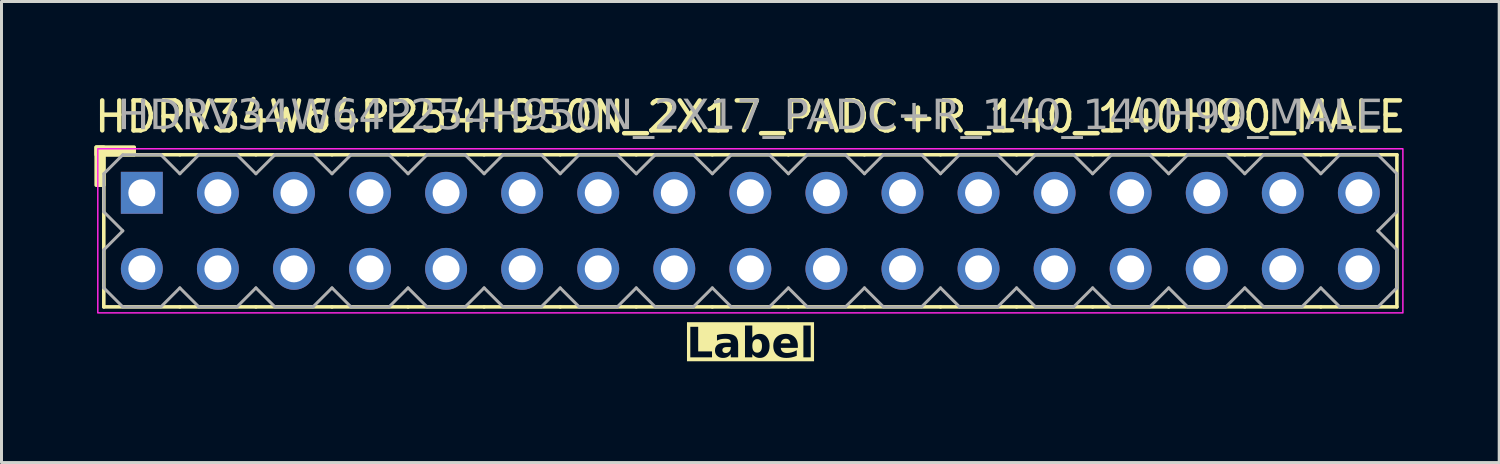
<source format=kicad_pcb>
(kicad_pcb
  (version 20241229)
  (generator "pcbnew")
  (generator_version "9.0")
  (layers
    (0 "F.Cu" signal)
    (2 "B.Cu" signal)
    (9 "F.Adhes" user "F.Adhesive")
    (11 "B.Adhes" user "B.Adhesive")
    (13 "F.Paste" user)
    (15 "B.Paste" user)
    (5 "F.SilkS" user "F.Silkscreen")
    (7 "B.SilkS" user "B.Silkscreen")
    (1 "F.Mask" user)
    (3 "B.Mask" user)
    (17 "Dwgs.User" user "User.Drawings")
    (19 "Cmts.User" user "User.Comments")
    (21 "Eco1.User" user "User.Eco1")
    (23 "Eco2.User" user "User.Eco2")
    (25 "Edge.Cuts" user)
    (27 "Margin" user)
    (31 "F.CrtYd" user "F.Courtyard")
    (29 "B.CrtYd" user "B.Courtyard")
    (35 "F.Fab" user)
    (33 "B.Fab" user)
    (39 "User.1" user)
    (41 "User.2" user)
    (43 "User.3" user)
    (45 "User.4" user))
  (footprint "HDRV34W64P254H950N_2X17_PADC+R_140_140H90_MALE"
    (layer "F.Cu")
    (at 22.006 4.658)
    (property "Reference" "HDRV34W64P254H950N_2X17_PADC+R_140_140H90_MALE" (at 0 -3.81 0) (layer "F.SilkS") (effects (font (size 1 1) (thickness 0.15))))
    (property "Label" "Label" (at 0 3.81 0) (layer "F.SilkS" knockout) (effects (font (face "Tahoma") (size 1 1) (thickness 0.2) (bold yes))))
    (attr through_hole)
    (fp_line (start -21.59 2.54) (end -21.59 -2.54) (stroke (width 0.12) (type solid)) (layer "F.SilkS"))
    (fp_line (start -19.05 -2.54) (end -21.59 -2.54) (stroke (width 0.12) (type solid)) (layer "F.SilkS"))
    (fp_line (start -19.05 2.54) (end -21.59 2.54) (stroke (width 0.12) (type solid)) (layer "F.SilkS"))
    (fp_line (start -16.51 -2.54) (end -19.05 -2.54) (stroke (width 0.12) (type solid)) (layer "F.SilkS"))
    (fp_line (start -16.51 2.54) (end -19.05 2.54) (stroke (width 0.12) (type solid)) (layer "F.SilkS"))
    (fp_line (start -13.97 -2.54) (end -16.51 -2.54) (stroke (width 0.12) (type solid)) (layer "F.SilkS"))
    (fp_line (start -13.97 2.54) (end -16.51 2.54) (stroke (width 0.12) (type solid)) (layer "F.SilkS"))
    (fp_line (start -11.43 -2.54) (end -13.97 -2.54) (stroke (width 0.12) (type solid)) (layer "F.SilkS"))
    (fp_line (start -11.43 2.54) (end -13.97 2.54) (stroke (width 0.12) (type solid)) (layer "F.SilkS"))
    (fp_line (start -8.89 -2.54) (end -11.43 -2.54) (stroke (width 0.12) (type solid)) (layer "F.SilkS"))
    (fp_line (start -8.89 2.54) (end -11.43 2.54) (stroke (width 0.12) (type solid)) (layer "F.SilkS"))
    (fp_line (start -6.35 -2.54) (end -8.89 -2.54) (stroke (width 0.12) (type solid)) (layer "F.SilkS"))
    (fp_line (start -6.35 2.54) (end -8.89 2.54) (stroke (width 0.12) (type solid)) (layer "F.SilkS"))
    (fp_line (start -3.81 -2.54) (end -6.35 -2.54) (stroke (width 0.12) (type solid)) (layer "F.SilkS"))
    (fp_line (start -3.81 2.54) (end -6.35 2.54) (stroke (width 0.12) (type solid)) (layer "F.SilkS"))
    (fp_line (start -1.27 -2.54) (end -3.81 -2.54) (stroke (width 0.12) (type solid)) (layer "F.SilkS"))
    (fp_line (start -1.27 2.54) (end -3.81 2.54) (stroke (width 0.12) (type solid)) (layer "F.SilkS"))
    (fp_line (start 1.27 -2.54) (end -1.27 -2.54) (stroke (width 0.12) (type solid)) (layer "F.SilkS"))
    (fp_line (start 1.27 2.54) (end -1.27 2.54) (stroke (width 0.12) (type solid)) (layer "F.SilkS"))
    (fp_line (start 3.81 -2.54) (end 1.27 -2.54) (stroke (width 0.12) (type solid)) (layer "F.SilkS"))
    (fp_line (start 3.81 2.54) (end 1.27 2.54) (stroke (width 0.12) (type solid)) (layer "F.SilkS"))
    (fp_line (start 6.35 -2.54) (end 3.81 -2.54) (stroke (width 0.12) (type solid)) (layer "F.SilkS"))
    (fp_line (start 6.35 2.54) (end 3.81 2.54) (stroke (width 0.12) (type solid)) (layer "F.SilkS"))
    (fp_line (start 8.89 -2.54) (end 6.35 -2.54) (stroke (width 0.12) (type solid)) (layer "F.SilkS"))
    (fp_line (start 8.89 2.54) (end 6.35 2.54) (stroke (width 0.12) (type solid)) (layer "F.SilkS"))
    (fp_line (start 11.43 -2.54) (end 8.89 -2.54) (stroke (width 0.12) (type solid)) (layer "F.SilkS"))
    (fp_line (start 11.43 2.54) (end 8.89 2.54) (stroke (width 0.12) (type solid)) (layer "F.SilkS"))
    (fp_line (start 13.97 -2.54) (end 11.43 -2.54) (stroke (width 0.12) (type solid)) (layer "F.SilkS"))
    (fp_line (start 13.97 2.54) (end 11.43 2.54) (stroke (width 0.12) (type solid)) (layer "F.SilkS"))
    (fp_line (start 16.51 -2.54) (end 13.97 -2.54) (stroke (width 0.12) (type solid)) (layer "F.SilkS"))
    (fp_line (start 16.51 2.54) (end 13.97 2.54) (stroke (width 0.12) (type solid)) (layer "F.SilkS"))
    (fp_line (start 19.05 -2.54) (end 16.51 -2.54) (stroke (width 0.12) (type solid)) (layer "F.SilkS"))
    (fp_line (start 19.05 2.54) (end 16.51 2.54) (stroke (width 0.12) (type solid)) (layer "F.SilkS"))
    (fp_line (start 21.59 -2.54) (end 19.05 -2.54) (stroke (width 0.12) (type solid)) (layer "F.SilkS"))
    (fp_line (start 21.59 2.54) (end 19.05 2.54) (stroke (width 0.12) (type solid)) (layer "F.SilkS"))
    (fp_line (start 21.59 2.54) (end 21.59 -2.54) (stroke (width 0.12) (type solid)) (layer "F.SilkS"))
    (fp_rect (start -21.844 -1.524) (end -21.59 -2.794) (stroke (width 0.12) (type solid)) (fill yes) (layer "F.SilkS"))
    (fp_rect (start -20.574 -2.54) (end -21.844 -2.794) (stroke (width 0.12) (type solid)) (fill yes) (layer "F.SilkS"))
    (fp_rect (start -21.79 -2.74) (end 21.79 2.74) (stroke (width 0.05) (type default)) (fill no) (layer "F.CrtYd"))
    (fp_line (start -21.59 -1.905) (end -21.59 -0.635) (stroke (width 0.1) (type solid)) (layer "F.Fab"))
    (fp_line (start -21.59 -1.905) (end -20.955 -2.54) (stroke (width 0.1) (type solid)) (layer "F.Fab"))
    (fp_line (start -21.59 0.635) (end -21.59 1.905) (stroke (width 0.1) (type solid)) (layer "F.Fab"))
    (fp_line (start -20.955 -2.54) (end -19.685 -2.54) (stroke (width 0.1) (type solid)) (layer "F.Fab"))
    (fp_line (start -20.955 0) (end -21.59 -0.635) (stroke (width 0.1) (type solid)) (layer "F.Fab"))
    (fp_line (start -20.955 0) (end -21.59 0.635) (stroke (width 0.1) (type solid)) (layer "F.Fab"))
    (fp_line (start -20.955 2.54) (end -21.59 1.905) (stroke (width 0.1) (type solid)) (layer "F.Fab"))
    (fp_line (start -19.685 -2.54) (end -19.05 -1.905) (stroke (width 0.1) (type solid)) (layer "F.Fab"))
    (fp_line (start -19.685 2.54) (end -20.955 2.54) (stroke (width 0.1) (type solid)) (layer "F.Fab"))
    (fp_line (start -19.05 -1.905) (end -18.415 -2.54) (stroke (width 0.1) (type solid)) (layer "F.Fab"))
    (fp_line (start -19.05 1.905) (end -19.685 2.54) (stroke (width 0.1) (type solid)) (layer "F.Fab"))
    (fp_line (start -18.415 -2.54) (end -17.145 -2.54) (stroke (width 0.1) (type solid)) (layer "F.Fab"))
    (fp_line (start -18.415 2.54) (end -19.05 1.905) (stroke (width 0.1) (type solid)) (layer "F.Fab"))
    (fp_line (start -17.145 -2.54) (end -16.51 -1.905) (stroke (width 0.1) (type solid)) (layer "F.Fab"))
    (fp_line (start -17.145 2.54) (end -18.415 2.54) (stroke (width 0.1) (type solid)) (layer "F.Fab"))
    (fp_line (start -16.51 -1.905) (end -15.875 -2.54) (stroke (width 0.1) (type solid)) (layer "F.Fab"))
    (fp_line (start -16.51 1.905) (end -17.145 2.54) (stroke (width 0.1) (type solid)) (layer "F.Fab"))
    (fp_line (start -15.875 -2.54) (end -14.605 -2.54) (stroke (width 0.1) (type solid)) (layer "F.Fab"))
    (fp_line (start -15.875 2.54) (end -16.51 1.905) (stroke (width 0.1) (type solid)) (layer "F.Fab"))
    (fp_line (start -14.605 -2.54) (end -13.97 -1.905) (stroke (width 0.1) (type solid)) (layer "F.Fab"))
    (fp_line (start -14.605 2.54) (end -15.875 2.54) (stroke (width 0.1) (type solid)) (layer "F.Fab"))
    (fp_line (start -13.97 -1.905) (end -13.335 -2.54) (stroke (width 0.1) (type solid)) (layer "F.Fab"))
    (fp_line (start -13.97 1.905) (end -14.605 2.54) (stroke (width 0.1) (type solid)) (layer "F.Fab"))
    (fp_line (start -13.335 -2.54) (end -12.065 -2.54) (stroke (width 0.1) (type solid)) (layer "F.Fab"))
    (fp_line (start -13.335 2.54) (end -13.97 1.905) (stroke (width 0.1) (type solid)) (layer "F.Fab"))
    (fp_line (start -12.065 -2.54) (end -11.43 -1.905) (stroke (width 0.1) (type solid)) (layer "F.Fab"))
    (fp_line (start -12.065 2.54) (end -13.335 2.54) (stroke (width 0.1) (type solid)) (layer "F.Fab"))
    (fp_line (start -11.43 -1.905) (end -10.795 -2.54) (stroke (width 0.1) (type solid)) (layer "F.Fab"))
    (fp_line (start -11.43 1.905) (end -12.065 2.54) (stroke (width 0.1) (type solid)) (layer "F.Fab"))
    (fp_line (start -10.795 -2.54) (end -9.525 -2.54) (stroke (width 0.1) (type solid)) (layer "F.Fab"))
    (fp_line (start -10.795 2.54) (end -11.43 1.905) (stroke (width 0.1) (type solid)) (layer "F.Fab"))
    (fp_line (start -9.525 -2.54) (end -8.89 -1.905) (stroke (width 0.1) (type solid)) (layer "F.Fab"))
    (fp_line (start -9.525 2.54) (end -10.795 2.54) (stroke (width 0.1) (type solid)) (layer "F.Fab"))
    (fp_line (start -8.89 -1.905) (end -8.255 -2.54) (stroke (width 0.1) (type solid)) (layer "F.Fab"))
    (fp_line (start -8.89 1.905) (end -9.525 2.54) (stroke (width 0.1) (type solid)) (layer "F.Fab"))
    (fp_line (start -8.255 -2.54) (end -6.985 -2.54) (stroke (width 0.1) (type solid)) (layer "F.Fab"))
    (fp_line (start -8.255 2.54) (end -8.89 1.905) (stroke (width 0.1) (type solid)) (layer "F.Fab"))
    (fp_line (start -6.985 -2.54) (end -6.35 -1.905) (stroke (width 0.1) (type solid)) (layer "F.Fab"))
    (fp_line (start -6.985 2.54) (end -8.255 2.54) (stroke (width 0.1) (type solid)) (layer "F.Fab"))
    (fp_line (start -6.35 -1.905) (end -5.715 -2.54) (stroke (width 0.1) (type solid)) (layer "F.Fab"))
    (fp_line (start -6.35 1.905) (end -6.985 2.54) (stroke (width 0.1) (type solid)) (layer "F.Fab"))
    (fp_line (start -5.715 -2.54) (end -4.445 -2.54) (stroke (width 0.1) (type solid)) (layer "F.Fab"))
    (fp_line (start -5.715 2.54) (end -6.35 1.905) (stroke (width 0.1) (type solid)) (layer "F.Fab"))
    (fp_line (start -4.445 -2.54) (end -3.81 -1.905) (stroke (width 0.1) (type solid)) (layer "F.Fab"))
    (fp_line (start -4.445 2.54) (end -5.715 2.54) (stroke (width 0.1) (type solid)) (layer "F.Fab"))
    (fp_line (start -3.81 -1.905) (end -3.175 -2.54) (stroke (width 0.1) (type solid)) (layer "F.Fab"))
    (fp_line (start -3.81 1.905) (end -4.445 2.54) (stroke (width 0.1) (type solid)) (layer "F.Fab"))
    (fp_line (start -3.175 -2.54) (end -1.905 -2.54) (stroke (width 0.1) (type solid)) (layer "F.Fab"))
    (fp_line (start -3.175 2.54) (end -3.81 1.905) (stroke (width 0.1) (type solid)) (layer "F.Fab"))
    (fp_line (start -1.905 -2.54) (end -1.27 -1.905) (stroke (width 0.1) (type solid)) (layer "F.Fab"))
    (fp_line (start -1.905 2.54) (end -3.175 2.54) (stroke (width 0.1) (type solid)) (layer "F.Fab"))
    (fp_line (start -1.27 -1.905) (end -0.635 -2.54) (stroke (width 0.1) (type solid)) (layer "F.Fab"))
    (fp_line (start -1.27 1.905) (end -1.905 2.54) (stroke (width 0.1) (type solid)) (layer "F.Fab"))
    (fp_line (start -0.635 -2.54) (end 0.635 -2.54) (stroke (width 0.1) (type solid)) (layer "F.Fab"))
    (fp_line (start -0.635 2.54) (end -1.27 1.905) (stroke (width 0.1) (type solid)) (layer "F.Fab"))
    (fp_line (start 0.635 -2.54) (end 1.27 -1.905) (stroke (width 0.1) (type solid)) (layer "F.Fab"))
    (fp_line (start 0.635 2.54) (end -0.635 2.54) (stroke (width 0.1) (type solid)) (layer "F.Fab"))
    (fp_line (start 1.27 -1.905) (end 1.905 -2.54) (stroke (width 0.1) (type solid)) (layer "F.Fab"))
    (fp_line (start 1.27 1.905) (end 0.635 2.54) (stroke (width 0.1) (type solid)) (layer "F.Fab"))
    (fp_line (start 1.905 -2.54) (end 3.175 -2.54) (stroke (width 0.1) (type solid)) (layer "F.Fab"))
    (fp_line (start 1.905 2.54) (end 1.27 1.905) (stroke (width 0.1) (type solid)) (layer "F.Fab"))
    (fp_line (start 3.175 -2.54) (end 3.81 -1.905) (stroke (width 0.1) (type solid)) (layer "F.Fab"))
    (fp_line (start 3.175 2.54) (end 1.905 2.54) (stroke (width 0.1) (type solid)) (layer "F.Fab"))
    (fp_line (start 3.81 -1.905) (end 4.445 -2.54) (stroke (width 0.1) (type solid)) (layer "F.Fab"))
    (fp_line (start 3.81 1.905) (end 3.175 2.54) (stroke (width 0.1) (type solid)) (layer "F.Fab"))
    (fp_line (start 4.445 -2.54) (end 5.715 -2.54) (stroke (width 0.1) (type solid)) (layer "F.Fab"))
    (fp_line (start 4.445 2.54) (end 3.81 1.905) (stroke (width 0.1) (type solid)) (layer "F.Fab"))
    (fp_line (start 5.715 -2.54) (end 6.35 -1.905) (stroke (width 0.1) (type solid)) (layer "F.Fab"))
    (fp_line (start 5.715 2.54) (end 4.445 2.54) (stroke (width 0.1) (type solid)) (layer "F.Fab"))
    (fp_line (start 6.35 -1.905) (end 6.985 -2.54) (stroke (width 0.1) (type solid)) (layer "F.Fab"))
    (fp_line (start 6.35 1.905) (end 5.715 2.54) (stroke (width 0.1) (type solid)) (layer "F.Fab"))
    (fp_line (start 6.985 -2.54) (end 8.255 -2.54) (stroke (width 0.1) (type solid)) (layer "F.Fab"))
    (fp_line (start 6.985 2.54) (end 6.35 1.905) (stroke (width 0.1) (type solid)) (layer "F.Fab"))
    (fp_line (start 8.255 -2.54) (end 8.89 -1.905) (stroke (width 0.1) (type solid)) (layer "F.Fab"))
    (fp_line (start 8.255 2.54) (end 6.985 2.54) (stroke (width 0.1) (type solid)) (layer "F.Fab"))
    (fp_line (start 8.89 -1.905) (end 9.525 -2.54) (stroke (width 0.1) (type solid)) (layer "F.Fab"))
    (fp_line (start 8.89 1.905) (end 8.255 2.54) (stroke (width 0.1) (type solid)) (layer "F.Fab"))
    (fp_line (start 9.525 -2.54) (end 10.795 -2.54) (stroke (width 0.1) (type solid)) (layer "F.Fab"))
    (fp_line (start 9.525 2.54) (end 8.89 1.905) (stroke (width 0.1) (type solid)) (layer "F.Fab"))
    (fp_line (start 10.795 -2.54) (end 11.43 -1.905) (stroke (width 0.1) (type solid)) (layer "F.Fab"))
    (fp_line (start 10.795 2.54) (end 9.525 2.54) (stroke (width 0.1) (type solid)) (layer "F.Fab"))
    (fp_line (start 11.43 -1.905) (end 12.065 -2.54) (stroke (width 0.1) (type solid)) (layer "F.Fab"))
    (fp_line (start 11.43 1.905) (end 10.795 2.54) (stroke (width 0.1) (type solid)) (layer "F.Fab"))
    (fp_line (start 12.065 -2.54) (end 13.335 -2.54) (stroke (width 0.1) (type solid)) (layer "F.Fab"))
    (fp_line (start 12.065 2.54) (end 11.43 1.905) (stroke (width 0.1) (type solid)) (layer "F.Fab"))
    (fp_line (start 13.335 -2.54) (end 13.97 -1.905) (stroke (width 0.1) (type solid)) (layer "F.Fab"))
    (fp_line (start 13.335 2.54) (end 12.065 2.54) (stroke (width 0.1) (type solid)) (layer "F.Fab"))
    (fp_line (start 13.97 -1.905) (end 14.605 -2.54) (stroke (width 0.1) (type solid)) (layer "F.Fab"))
    (fp_line (start 13.97 1.905) (end 13.335 2.54) (stroke (width 0.1) (type solid)) (layer "F.Fab"))
    (fp_line (start 14.605 -2.54) (end 15.875 -2.54) (stroke (width 0.1) (type solid)) (layer "F.Fab"))
    (fp_line (start 14.605 2.54) (end 13.97 1.905) (stroke (width 0.1) (type solid)) (layer "F.Fab"))
    (fp_line (start 15.875 -2.54) (end 16.51 -1.905) (stroke (width 0.1) (type solid)) (layer "F.Fab"))
    (fp_line (start 15.875 2.54) (end 14.605 2.54) (stroke (width 0.1) (type solid)) (layer "F.Fab"))
    (fp_line (start 16.51 -1.905) (end 17.145 -2.54) (stroke (width 0.1) (type solid)) (layer "F.Fab"))
    (fp_line (start 16.51 1.905) (end 15.875 2.54) (stroke (width 0.1) (type solid)) (layer "F.Fab"))
    (fp_line (start 17.145 -2.54) (end 18.415 -2.54) (stroke (width 0.1) (type solid)) (layer "F.Fab"))
    (fp_line (start 17.145 2.54) (end 16.51 1.905) (stroke (width 0.1) (type solid)) (layer "F.Fab"))
    (fp_line (start 18.415 -2.54) (end 19.05 -1.905) (stroke (width 0.1) (type solid)) (layer "F.Fab"))
    (fp_line (start 18.415 2.54) (end 17.145 2.54) (stroke (width 0.1) (type solid)) (layer "F.Fab"))
    (fp_line (start 19.05 -1.905) (end 19.685 -2.54) (stroke (width 0.1) (type solid)) (layer "F.Fab"))
    (fp_line (start 19.05 1.905) (end 18.415 2.54) (stroke (width 0.1) (type solid)) (layer "F.Fab"))
    (fp_line (start 19.685 -2.54) (end 20.955 -2.54) (stroke (width 0.1) (type solid)) (layer "F.Fab"))
    (fp_line (start 19.685 2.54) (end 19.05 1.905) (stroke (width 0.1) (type solid)) (layer "F.Fab"))
    (fp_line (start 20.955 -2.54) (end 21.59 -1.905) (stroke (width 0.1) (type solid)) (layer "F.Fab"))
    (fp_line (start 20.955 0) (end 21.59 0.635) (stroke (width 0.1) (type solid)) (layer "F.Fab"))
    (fp_line (start 20.955 2.54) (end 19.685 2.54) (stroke (width 0.1) (type solid)) (layer "F.Fab"))
    (fp_line (start 21.59 -1.905) (end 21.59 -0.635) (stroke (width 0.1) (type solid)) (layer "F.Fab"))
    (fp_line (start 21.59 -0.635) (end 20.955 0) (stroke (width 0.1) (type solid)) (layer "F.Fab"))
    (fp_line (start 21.59 0.635) (end 21.59 1.905) (stroke (width 0.1) (type solid)) (layer "F.Fab"))
    (fp_line (start 21.59 1.905) (end 20.955 2.54) (stroke (width 0.1) (type solid)) (layer "F.Fab"))
    (fp_rect (start -20.066 -1.524) (end -20.574 -1.016) (stroke (width 0.1) (type solid)) (fill no) (layer "F.Fab"))
    (fp_rect (start -20.066 1.016) (end -20.574 1.524) (stroke (width 0.1) (type solid)) (fill no) (layer "F.Fab"))
    (fp_rect (start -17.526 -1.524) (end -18.034 -1.016) (stroke (width 0.1) (type solid)) (fill no) (layer "F.Fab"))
    (fp_rect (start -17.526 1.016) (end -18.034 1.524) (stroke (width 0.1) (type solid)) (fill no) (layer "F.Fab"))
    (fp_rect (start -14.986 -1.524) (end -15.494 -1.016) (stroke (width 0.1) (type solid)) (fill no) (layer "F.Fab"))
    (fp_rect (start -14.986 1.016) (end -15.494 1.524) (stroke (width 0.1) (type solid)) (fill no) (layer "F.Fab"))
    (fp_rect (start -12.446 -1.524) (end -12.954 -1.016) (stroke (width 0.1) (type solid)) (fill no) (layer "F.Fab"))
    (fp_rect (start -12.446 1.016) (end -12.954 1.524) (stroke (width 0.1) (type solid)) (fill no) (layer "F.Fab"))
    (fp_rect (start -9.906 -1.524) (end -10.414 -1.016) (stroke (width 0.1) (type solid)) (fill no) (layer "F.Fab"))
    (fp_rect (start -9.906 1.016) (end -10.414 1.524) (stroke (width 0.1) (type solid)) (fill no) (layer "F.Fab"))
    (fp_rect (start -7.366 -1.524) (end -7.874 -1.016) (stroke (width 0.1) (type solid)) (fill no) (layer "F.Fab"))
    (fp_rect (start -7.366 1.016) (end -7.874 1.524) (stroke (width 0.1) (type solid)) (fill no) (layer "F.Fab"))
    (fp_rect (start -4.826 -1.524) (end -5.334 -1.016) (stroke (width 0.1) (type solid)) (fill no) (layer "F.Fab"))
    (fp_rect (start -4.826 1.016) (end -5.334 1.524) (stroke (width 0.1) (type solid)) (fill no) (layer "F.Fab"))
    (fp_rect (start -2.286 -1.524) (end -2.794 -1.016) (stroke (width 0.1) (type solid)) (fill no) (layer "F.Fab"))
    (fp_rect (start -2.286 1.016) (end -2.794 1.524) (stroke (width 0.1) (type solid)) (fill no) (layer "F.Fab"))
    (fp_rect (start 0.254 -1.524) (end -0.254 -1.016) (stroke (width 0.1) (type solid)) (fill no) (layer "F.Fab"))
    (fp_rect (start 0.254 1.016) (end -0.254 1.524) (stroke (width 0.1) (type solid)) (fill no) (layer "F.Fab"))
    (fp_rect (start 2.794 -1.524) (end 2.286 -1.016) (stroke (width 0.1) (type solid)) (fill no) (layer "F.Fab"))
    (fp_rect (start 2.794 1.016) (end 2.286 1.524) (stroke (width 0.1) (type solid)) (fill no) (layer "F.Fab"))
    (fp_rect (start 5.334 -1.524) (end 4.826 -1.016) (stroke (width 0.1) (type solid)) (fill no) (layer "F.Fab"))
    (fp_rect (start 5.334 1.016) (end 4.826 1.524) (stroke (width 0.1) (type solid)) (fill no) (layer "F.Fab"))
    (fp_rect (start 7.874 -1.524) (end 7.366 -1.016) (stroke (width 0.1) (type solid)) (fill no) (layer "F.Fab"))
    (fp_rect (start 7.874 1.016) (end 7.366 1.524) (stroke (width 0.1) (type solid)) (fill no) (layer "F.Fab"))
    (fp_rect (start 10.414 -1.524) (end 9.906 -1.016) (stroke (width 0.1) (type solid)) (fill no) (layer "F.Fab"))
    (fp_rect (start 10.414 1.016) (end 9.906 1.524) (stroke (width 0.1) (type solid)) (fill no) (layer "F.Fab"))
    (fp_rect (start 12.954 -1.524) (end 12.446 -1.016) (stroke (width 0.1) (type solid)) (fill no) (layer "F.Fab"))
    (fp_rect (start 12.954 1.016) (end 12.446 1.524) (stroke (width 0.1) (type solid)) (fill no) (layer "F.Fab"))
    (fp_rect (start 15.494 -1.524) (end 14.986 -1.016) (stroke (width 0.1) (type solid)) (fill no) (layer "F.Fab"))
    (fp_rect (start 15.494 1.016) (end 14.986 1.524) (stroke (width 0.1) (type solid)) (fill no) (layer "F.Fab"))
    (fp_rect (start 18.034 -1.524) (end 17.526 -1.016) (stroke (width 0.1) (type solid)) (fill no) (layer "F.Fab"))
    (fp_rect (start 18.034 1.016) (end 17.526 1.524) (stroke (width 0.1) (type solid)) (fill no) (layer "F.Fab"))
    (fp_rect (start 20.574 -1.524) (end 20.066 -1.016) (stroke (width 0.1) (type solid)) (fill no) (layer "F.Fab"))
    (fp_rect (start 20.574 1.016) (end 20.066 1.524) (stroke (width 0.1) (type solid)) (fill no) (layer "F.Fab"))
    (fp_text user "${REFERENCE}" (at 0 -3.81 0) (layer "F.Fab") (effects (font (face "Tahoma") (size 1 1) (thickness 0.15))))
    (pad "1" thru_hole rect (at -20.32 -1.27) (size 1.4 1.4) (drill 0.9) (layers "*.Cu" "*.Mask"))
    (pad "2" thru_hole circle (at -20.32 1.27) (size 1.4 1.4) (drill 0.9) (layers "*.Cu" "*.Mask"))
    (pad "3" thru_hole circle (at -17.78 -1.27) (size 1.4 1.4) (drill 0.9) (layers "*.Cu" "*.Mask"))
    (pad "4" thru_hole circle (at -17.78 1.27) (size 1.4 1.4) (drill 0.9) (layers "*.Cu" "*.Mask"))
    (pad "5" thru_hole circle (at -15.24 -1.27) (size 1.4 1.4) (drill 0.9) (layers "*.Cu" "*.Mask"))
    (pad "6" thru_hole circle (at -15.24 1.27) (size 1.4 1.4) (drill 0.9) (layers "*.Cu" "*.Mask"))
    (pad "7" thru_hole circle (at -12.7 -1.27) (size 1.4 1.4) (drill 0.9) (layers "*.Cu" "*.Mask"))
    (pad "8" thru_hole circle (at -12.7 1.27) (size 1.4 1.4) (drill 0.9) (layers "*.Cu" "*.Mask"))
    (pad "9" thru_hole circle (at -10.16 -1.27) (size 1.4 1.4) (drill 0.9) (layers "*.Cu" "*.Mask"))
    (pad "10" thru_hole circle (at -10.16 1.27) (size 1.4 1.4) (drill 0.9) (layers "*.Cu" "*.Mask"))
    (pad "11" thru_hole circle (at -7.62 -1.27) (size 1.4 1.4) (drill 0.9) (layers "*.Cu" "*.Mask"))
    (pad "12" thru_hole circle (at -7.62 1.27) (size 1.4 1.4) (drill 0.9) (layers "*.Cu" "*.Mask"))
    (pad "13" thru_hole circle (at -5.08 -1.27) (size 1.4 1.4) (drill 0.9) (layers "*.Cu" "*.Mask"))
    (pad "14" thru_hole circle (at -5.08 1.27) (size 1.4 1.4) (drill 0.9) (layers "*.Cu" "*.Mask"))
    (pad "15" thru_hole circle (at -2.54 -1.27) (size 1.4 1.4) (drill 0.9) (layers "*.Cu" "*.Mask"))
    (pad "16" thru_hole circle (at -2.54 1.27) (size 1.4 1.4) (drill 0.9) (layers "*.Cu" "*.Mask"))
    (pad "17" thru_hole circle (at 0 -1.27) (size 1.4 1.4) (drill 0.9) (layers "*.Cu" "*.Mask"))
    (pad "18" thru_hole circle (at 0 1.27) (size 1.4 1.4) (drill 0.9) (layers "*.Cu" "*.Mask"))
    (pad "19" thru_hole circle (at 2.54 -1.27) (size 1.4 1.4) (drill 0.9) (layers "*.Cu" "*.Mask"))
    (pad "20" thru_hole circle (at 2.54 1.27) (size 1.4 1.4) (drill 0.9) (layers "*.Cu" "*.Mask"))
    (pad "21" thru_hole circle (at 5.08 -1.27) (size 1.4 1.4) (drill 0.9) (layers "*.Cu" "*.Mask"))
    (pad "22" thru_hole circle (at 5.08 1.27) (size 1.4 1.4) (drill 0.9) (layers "*.Cu" "*.Mask"))
    (pad "23" thru_hole circle (at 7.62 -1.27) (size 1.4 1.4) (drill 0.9) (layers "*.Cu" "*.Mask"))
    (pad "24" thru_hole circle (at 7.62 1.27) (size 1.4 1.4) (drill 0.9) (layers "*.Cu" "*.Mask"))
    (pad "25" thru_hole circle (at 10.16 -1.27) (size 1.4 1.4) (drill 0.9) (layers "*.Cu" "*.Mask"))
    (pad "26" thru_hole circle (at 10.16 1.27) (size 1.4 1.4) (drill 0.9) (layers "*.Cu" "*.Mask"))
    (pad "27" thru_hole circle (at 12.7 -1.27) (size 1.4 1.4) (drill 0.9) (layers "*.Cu" "*.Mask"))
    (pad "28" thru_hole circle (at 12.7 1.27) (size 1.4 1.4) (drill 0.9) (layers "*.Cu" "*.Mask"))
    (pad "29" thru_hole circle (at 15.24 -1.27) (size 1.4 1.4) (drill 0.9) (layers "*.Cu" "*.Mask"))
    (pad "30" thru_hole circle (at 15.24 1.27) (size 1.4 1.4) (drill 0.9) (layers "*.Cu" "*.Mask"))
    (pad "31" thru_hole circle (at 17.78 -1.27) (size 1.4 1.4) (drill 0.9) (layers "*.Cu" "*.Mask"))
    (pad "32" thru_hole circle (at 17.78 1.27) (size 1.4 1.4) (drill 0.9) (layers "*.Cu" "*.Mask"))
    (pad "33" thru_hole circle (at 20.32 -1.27) (size 1.4 1.4) (drill 0.9) (layers "*.Cu" "*.Mask"))
    (pad "34" thru_hole circle (at 20.32 1.27) (size 1.4 1.4) (drill 0.9) (layers "*.Cu" "*.Mask")))
  (gr_rect
    (start -3 -3)
    (end 47.012 12.396)
    (stroke (width 0.1) (type default))
    (fill no)
    (layer "Edge.Cuts")))
</source>
